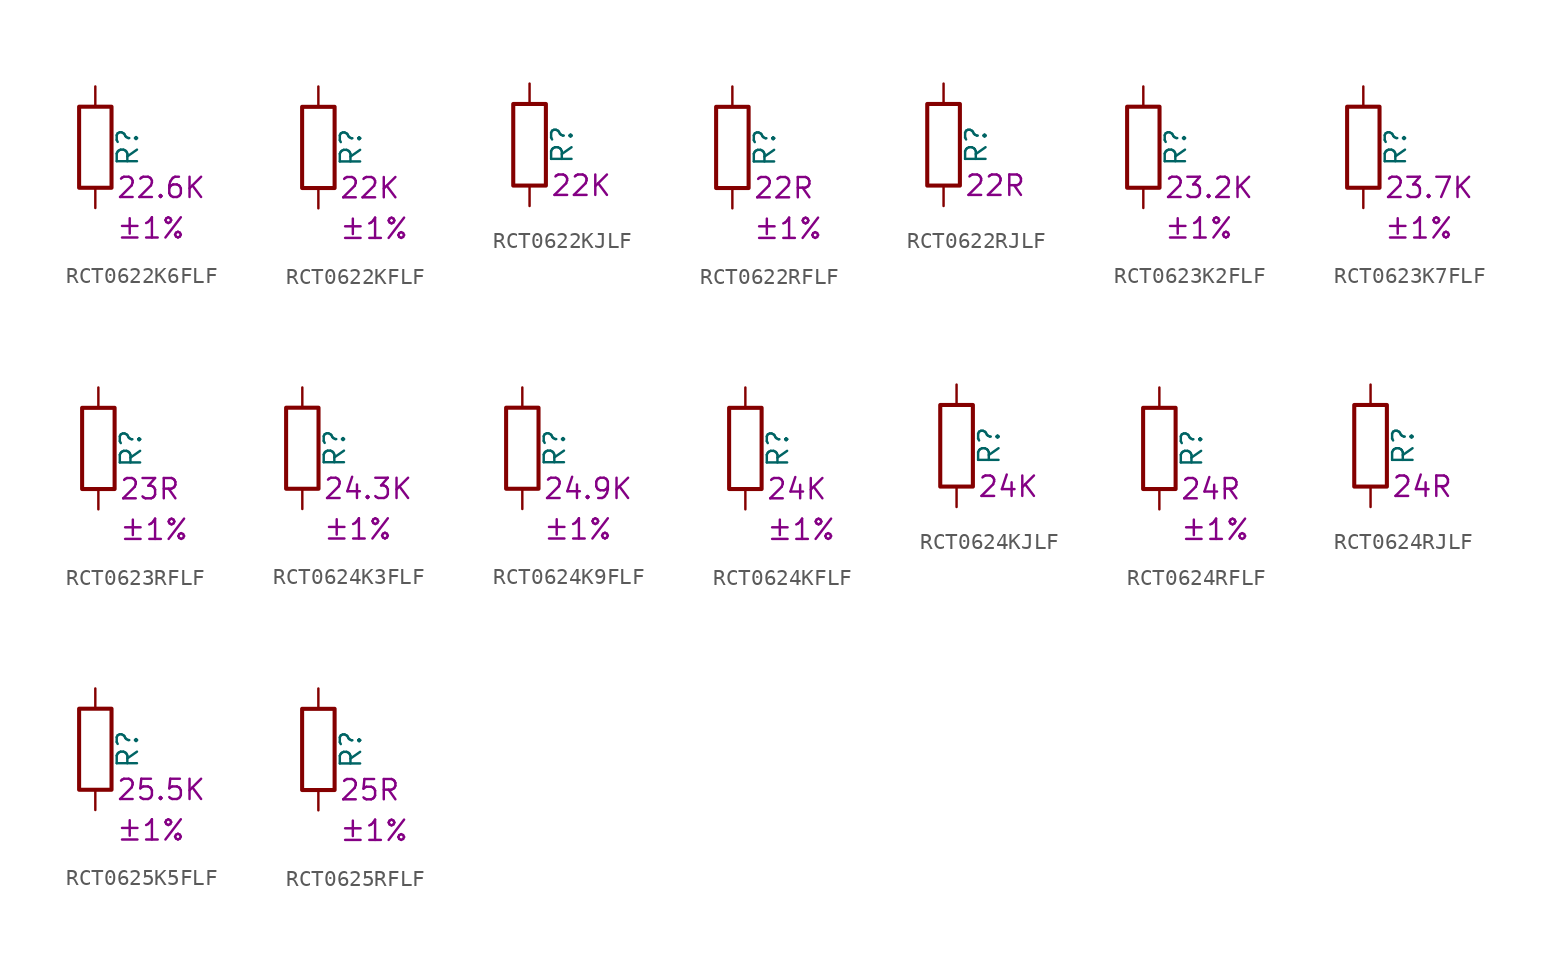
<source format=kicad_sym>
(kicad_symbol_lib
  (version 20220914)
  (generator kicad_symbol_editor)
  (symbol "RCT0622K6FLF"
    (pin_numbers hide)
    (pin_names
      (offset 0))
    (property "Reference" "R"
      (at 2.032 0 90)
      (effects (font (size 1.27 1.27))))
    (property "Resistance" "22.6K"
      (at 1.27 -2.54 0)
      (effects (font (size 1.27 1.27)) (justify left)))
    (property "Tolerance" "±1%"
      (at 1.27 -5.08 0)
      (effects (font (size 1.27 1.27)) (justify left)))
    (symbol "RCT0622K6FLF_0_1"
      (rectangle (start -1.016 -2.54) (end 1.016 2.54) (stroke (width 0.254) (type default)) (fill (type none))))
    (symbol "RCT0622K6FLF_1_1"
      (pin passive line (at 0 3.81 270) (length 1.27) (name "~" (effects (font (size 1.27 1.27)))) (number "1" (effects (font (size 1.27 1.27)))))
      (pin passive line (at 0 -3.81 90) (length 1.27) (name "~" (effects (font (size 1.27 1.27)))) (number "2" (effects (font (size 1.27 1.27)))))))
  (symbol "RCT0622KFLF"
    (pin_numbers hide)
    (pin_names
      (offset 0))
    (property "Reference" "R"
      (at 2.032 0 90)
      (effects (font (size 1.27 1.27))))
    (property "Resistance" "22K"
      (at 1.27 -2.54 0)
      (effects (font (size 1.27 1.27)) (justify left)))
    (property "Tolerance" "±1%"
      (at 1.27 -5.08 0)
      (effects (font (size 1.27 1.27)) (justify left)))
    (symbol "RCT0622KFLF_0_1"
      (rectangle (start -1.016 -2.54) (end 1.016 2.54) (stroke (width 0.254) (type default)) (fill (type none))))
    (symbol "RCT0622KFLF_1_1"
      (pin passive line (at 0 3.81 270) (length 1.27) (name "~" (effects (font (size 1.27 1.27)))) (number "1" (effects (font (size 1.27 1.27)))))
      (pin passive line (at 0 -3.81 90) (length 1.27) (name "~" (effects (font (size 1.27 1.27)))) (number "2" (effects (font (size 1.27 1.27)))))))
  (symbol "RCT0622KJLF"
    (pin_numbers hide)
    (pin_names
      (offset 0))
    (property "Reference" "R"
      (at 2.032 0 90)
      (effects (font (size 1.27 1.27))))
    (property "Resistance" "22K"
      (at 1.27 -2.54 0)
      (effects (font (size 1.27 1.27)) (justify left)))
    (symbol "RCT0622KJLF_0_1"
      (rectangle (start -1.016 -2.54) (end 1.016 2.54) (stroke (width 0.254) (type default)) (fill (type none))))
    (symbol "RCT0622KJLF_1_1"
      (pin passive line (at 0 3.81 270) (length 1.27) (name "~" (effects (font (size 1.27 1.27)))) (number "1" (effects (font (size 1.27 1.27)))))
      (pin passive line (at 0 -3.81 90) (length 1.27) (name "~" (effects (font (size 1.27 1.27)))) (number "2" (effects (font (size 1.27 1.27)))))))
  (symbol "RCT0622RFLF"
    (pin_numbers hide)
    (pin_names
      (offset 0))
    (property "Reference" "R"
      (at 2.032 0 90)
      (effects (font (size 1.27 1.27))))
    (property "Resistance" "22R"
      (at 1.27 -2.54 0)
      (effects (font (size 1.27 1.27)) (justify left)))
    (property "Tolerance" "±1%"
      (at 1.27 -5.08 0)
      (effects (font (size 1.27 1.27)) (justify left)))
    (symbol "RCT0622RFLF_0_1"
      (rectangle (start -1.016 -2.54) (end 1.016 2.54) (stroke (width 0.254) (type default)) (fill (type none))))
    (symbol "RCT0622RFLF_1_1"
      (pin passive line (at 0 3.81 270) (length 1.27) (name "~" (effects (font (size 1.27 1.27)))) (number "1" (effects (font (size 1.27 1.27)))))
      (pin passive line (at 0 -3.81 90) (length 1.27) (name "~" (effects (font (size 1.27 1.27)))) (number "2" (effects (font (size 1.27 1.27)))))))
  (symbol "RCT0622RJLF"
    (pin_numbers hide)
    (pin_names
      (offset 0))
    (property "Reference" "R"
      (at 2.032 0 90)
      (effects (font (size 1.27 1.27))))
    (property "Resistance" "22R"
      (at 1.27 -2.54 0)
      (effects (font (size 1.27 1.27)) (justify left)))
    (symbol "RCT0622RJLF_0_1"
      (rectangle (start -1.016 -2.54) (end 1.016 2.54) (stroke (width 0.254) (type default)) (fill (type none))))
    (symbol "RCT0622RJLF_1_1"
      (pin passive line (at 0 3.81 270) (length 1.27) (name "~" (effects (font (size 1.27 1.27)))) (number "1" (effects (font (size 1.27 1.27)))))
      (pin passive line (at 0 -3.81 90) (length 1.27) (name "~" (effects (font (size 1.27 1.27)))) (number "2" (effects (font (size 1.27 1.27)))))))
  (symbol "RCT0623K2FLF"
    (pin_numbers hide)
    (pin_names
      (offset 0))
    (property "Reference" "R"
      (at 2.032 0 90)
      (effects (font (size 1.27 1.27))))
    (property "Resistance" "23.2K"
      (at 1.27 -2.54 0)
      (effects (font (size 1.27 1.27)) (justify left)))
    (property "Tolerance" "±1%"
      (at 1.27 -5.08 0)
      (effects (font (size 1.27 1.27)) (justify left)))
    (symbol "RCT0623K2FLF_0_1"
      (rectangle (start -1.016 -2.54) (end 1.016 2.54) (stroke (width 0.254) (type default)) (fill (type none))))
    (symbol "RCT0623K2FLF_1_1"
      (pin passive line (at 0 3.81 270) (length 1.27) (name "~" (effects (font (size 1.27 1.27)))) (number "1" (effects (font (size 1.27 1.27)))))
      (pin passive line (at 0 -3.81 90) (length 1.27) (name "~" (effects (font (size 1.27 1.27)))) (number "2" (effects (font (size 1.27 1.27)))))))
  (symbol "RCT0623K7FLF"
    (pin_numbers hide)
    (pin_names
      (offset 0))
    (property "Reference" "R"
      (at 2.032 0 90)
      (effects (font (size 1.27 1.27))))
    (property "Resistance" "23.7K"
      (at 1.27 -2.54 0)
      (effects (font (size 1.27 1.27)) (justify left)))
    (property "Tolerance" "±1%"
      (at 1.27 -5.08 0)
      (effects (font (size 1.27 1.27)) (justify left)))
    (symbol "RCT0623K7FLF_0_1"
      (rectangle (start -1.016 -2.54) (end 1.016 2.54) (stroke (width 0.254) (type default)) (fill (type none))))
    (symbol "RCT0623K7FLF_1_1"
      (pin passive line (at 0 3.81 270) (length 1.27) (name "~" (effects (font (size 1.27 1.27)))) (number "1" (effects (font (size 1.27 1.27)))))
      (pin passive line (at 0 -3.81 90) (length 1.27) (name "~" (effects (font (size 1.27 1.27)))) (number "2" (effects (font (size 1.27 1.27)))))))
  (symbol "RCT0623RFLF"
    (pin_numbers hide)
    (pin_names
      (offset 0))
    (property "Reference" "R"
      (at 2.032 0 90)
      (effects (font (size 1.27 1.27))))
    (property "Resistance" "23R"
      (at 1.27 -2.54 0)
      (effects (font (size 1.27 1.27)) (justify left)))
    (property "Tolerance" "±1%"
      (at 1.27 -5.08 0)
      (effects (font (size 1.27 1.27)) (justify left)))
    (symbol "RCT0623RFLF_0_1"
      (rectangle (start -1.016 -2.54) (end 1.016 2.54) (stroke (width 0.254) (type default)) (fill (type none))))
    (symbol "RCT0623RFLF_1_1"
      (pin passive line (at 0 3.81 270) (length 1.27) (name "~" (effects (font (size 1.27 1.27)))) (number "1" (effects (font (size 1.27 1.27)))))
      (pin passive line (at 0 -3.81 90) (length 1.27) (name "~" (effects (font (size 1.27 1.27)))) (number "2" (effects (font (size 1.27 1.27)))))))
  (symbol "RCT0624K3FLF"
    (pin_numbers hide)
    (pin_names
      (offset 0))
    (property "Reference" "R"
      (at 2.032 0 90)
      (effects (font (size 1.27 1.27))))
    (property "Resistance" "24.3K"
      (at 1.27 -2.54 0)
      (effects (font (size 1.27 1.27)) (justify left)))
    (property "Tolerance" "±1%"
      (at 1.27 -5.08 0)
      (effects (font (size 1.27 1.27)) (justify left)))
    (symbol "RCT0624K3FLF_0_1"
      (rectangle (start -1.016 -2.54) (end 1.016 2.54) (stroke (width 0.254) (type default)) (fill (type none))))
    (symbol "RCT0624K3FLF_1_1"
      (pin passive line (at 0 3.81 270) (length 1.27) (name "~" (effects (font (size 1.27 1.27)))) (number "1" (effects (font (size 1.27 1.27)))))
      (pin passive line (at 0 -3.81 90) (length 1.27) (name "~" (effects (font (size 1.27 1.27)))) (number "2" (effects (font (size 1.27 1.27)))))))
  (symbol "RCT0624K9FLF"
    (pin_numbers hide)
    (pin_names
      (offset 0))
    (property "Reference" "R"
      (at 2.032 0 90)
      (effects (font (size 1.27 1.27))))
    (property "Resistance" "24.9K"
      (at 1.27 -2.54 0)
      (effects (font (size 1.27 1.27)) (justify left)))
    (property "Tolerance" "±1%"
      (at 1.27 -5.08 0)
      (effects (font (size 1.27 1.27)) (justify left)))
    (symbol "RCT0624K9FLF_0_1"
      (rectangle (start -1.016 -2.54) (end 1.016 2.54) (stroke (width 0.254) (type default)) (fill (type none))))
    (symbol "RCT0624K9FLF_1_1"
      (pin passive line (at 0 3.81 270) (length 1.27) (name "~" (effects (font (size 1.27 1.27)))) (number "1" (effects (font (size 1.27 1.27)))))
      (pin passive line (at 0 -3.81 90) (length 1.27) (name "~" (effects (font (size 1.27 1.27)))) (number "2" (effects (font (size 1.27 1.27)))))))
  (symbol "RCT0624KFLF"
    (pin_numbers hide)
    (pin_names
      (offset 0))
    (property "Reference" "R"
      (at 2.032 0 90)
      (effects (font (size 1.27 1.27))))
    (property "Resistance" "24K"
      (at 1.27 -2.54 0)
      (effects (font (size 1.27 1.27)) (justify left)))
    (property "Tolerance" "±1%"
      (at 1.27 -5.08 0)
      (effects (font (size 1.27 1.27)) (justify left)))
    (symbol "RCT0624KFLF_0_1"
      (rectangle (start -1.016 -2.54) (end 1.016 2.54) (stroke (width 0.254) (type default)) (fill (type none))))
    (symbol "RCT0624KFLF_1_1"
      (pin passive line (at 0 3.81 270) (length 1.27) (name "~" (effects (font (size 1.27 1.27)))) (number "1" (effects (font (size 1.27 1.27)))))
      (pin passive line (at 0 -3.81 90) (length 1.27) (name "~" (effects (font (size 1.27 1.27)))) (number "2" (effects (font (size 1.27 1.27)))))))
  (symbol "RCT0624KJLF"
    (pin_numbers hide)
    (pin_names
      (offset 0))
    (property "Reference" "R"
      (at 2.032 0 90)
      (effects (font (size 1.27 1.27))))
    (property "Resistance" "24K"
      (at 1.27 -2.54 0)
      (effects (font (size 1.27 1.27)) (justify left)))
    (symbol "RCT0624KJLF_0_1"
      (rectangle (start -1.016 -2.54) (end 1.016 2.54) (stroke (width 0.254) (type default)) (fill (type none))))
    (symbol "RCT0624KJLF_1_1"
      (pin passive line (at 0 3.81 270) (length 1.27) (name "~" (effects (font (size 1.27 1.27)))) (number "1" (effects (font (size 1.27 1.27)))))
      (pin passive line (at 0 -3.81 90) (length 1.27) (name "~" (effects (font (size 1.27 1.27)))) (number "2" (effects (font (size 1.27 1.27)))))))
  (symbol "RCT0624RFLF"
    (pin_numbers hide)
    (pin_names
      (offset 0))
    (property "Reference" "R"
      (at 2.032 0 90)
      (effects (font (size 1.27 1.27))))
    (property "Resistance" "24R"
      (at 1.27 -2.54 0)
      (effects (font (size 1.27 1.27)) (justify left)))
    (property "Tolerance" "±1%"
      (at 1.27 -5.08 0)
      (effects (font (size 1.27 1.27)) (justify left)))
    (symbol "RCT0624RFLF_0_1"
      (rectangle (start -1.016 -2.54) (end 1.016 2.54) (stroke (width 0.254) (type default)) (fill (type none))))
    (symbol "RCT0624RFLF_1_1"
      (pin passive line (at 0 3.81 270) (length 1.27) (name "~" (effects (font (size 1.27 1.27)))) (number "1" (effects (font (size 1.27 1.27)))))
      (pin passive line (at 0 -3.81 90) (length 1.27) (name "~" (effects (font (size 1.27 1.27)))) (number "2" (effects (font (size 1.27 1.27)))))))
  (symbol "RCT0624RJLF"
    (pin_numbers hide)
    (pin_names
      (offset 0))
    (property "Reference" "R"
      (at 2.032 0 90)
      (effects (font (size 1.27 1.27))))
    (property "Resistance" "24R"
      (at 1.27 -2.54 0)
      (effects (font (size 1.27 1.27)) (justify left)))
    (symbol "RCT0624RJLF_0_1"
      (rectangle (start -1.016 -2.54) (end 1.016 2.54) (stroke (width 0.254) (type default)) (fill (type none))))
    (symbol "RCT0624RJLF_1_1"
      (pin passive line (at 0 3.81 270) (length 1.27) (name "~" (effects (font (size 1.27 1.27)))) (number "1" (effects (font (size 1.27 1.27)))))
      (pin passive line (at 0 -3.81 90) (length 1.27) (name "~" (effects (font (size 1.27 1.27)))) (number "2" (effects (font (size 1.27 1.27)))))))
  (symbol "RCT0625K5FLF"
    (pin_numbers hide)
    (pin_names
      (offset 0))
    (property "Reference" "R"
      (at 2.032 0 90)
      (effects (font (size 1.27 1.27))))
    (property "Resistance" "25.5K"
      (at 1.27 -2.54 0)
      (effects (font (size 1.27 1.27)) (justify left)))
    (property "Tolerance" "±1%"
      (at 1.27 -5.08 0)
      (effects (font (size 1.27 1.27)) (justify left)))
    (symbol "RCT0625K5FLF_0_1"
      (rectangle (start -1.016 -2.54) (end 1.016 2.54) (stroke (width 0.254) (type default)) (fill (type none))))
    (symbol "RCT0625K5FLF_1_1"
      (pin passive line (at 0 3.81 270) (length 1.27) (name "~" (effects (font (size 1.27 1.27)))) (number "1" (effects (font (size 1.27 1.27)))))
      (pin passive line (at 0 -3.81 90) (length 1.27) (name "~" (effects (font (size 1.27 1.27)))) (number "2" (effects (font (size 1.27 1.27)))))))
  (symbol "RCT0625RFLF"
    (pin_numbers hide)
    (pin_names
      (offset 0))
    (property "Reference" "R"
      (at 2.032 0 90)
      (effects (font (size 1.27 1.27))))
    (property "Resistance" "25R"
      (at 1.27 -2.54 0)
      (effects (font (size 1.27 1.27)) (justify left)))
    (property "Tolerance" "±1%"
      (at 1.27 -5.08 0)
      (effects (font (size 1.27 1.27)) (justify left)))
    (symbol "RCT0625RFLF_0_1"
      (rectangle (start -1.016 -2.54) (end 1.016 2.54) (stroke (width 0.254) (type default)) (fill (type none))))
    (symbol "RCT0625RFLF_1_1"
      (pin passive line (at 0 3.81 270) (length 1.27) (name "~" (effects (font (size 1.27 1.27)))) (number "1" (effects (font (size 1.27 1.27)))))
      (pin passive line (at 0 -3.81 90) (length 1.27) (name "~" (effects (font (size 1.27 1.27)))) (number "2" (effects (font (size 1.27 1.27))))))))
</source>
